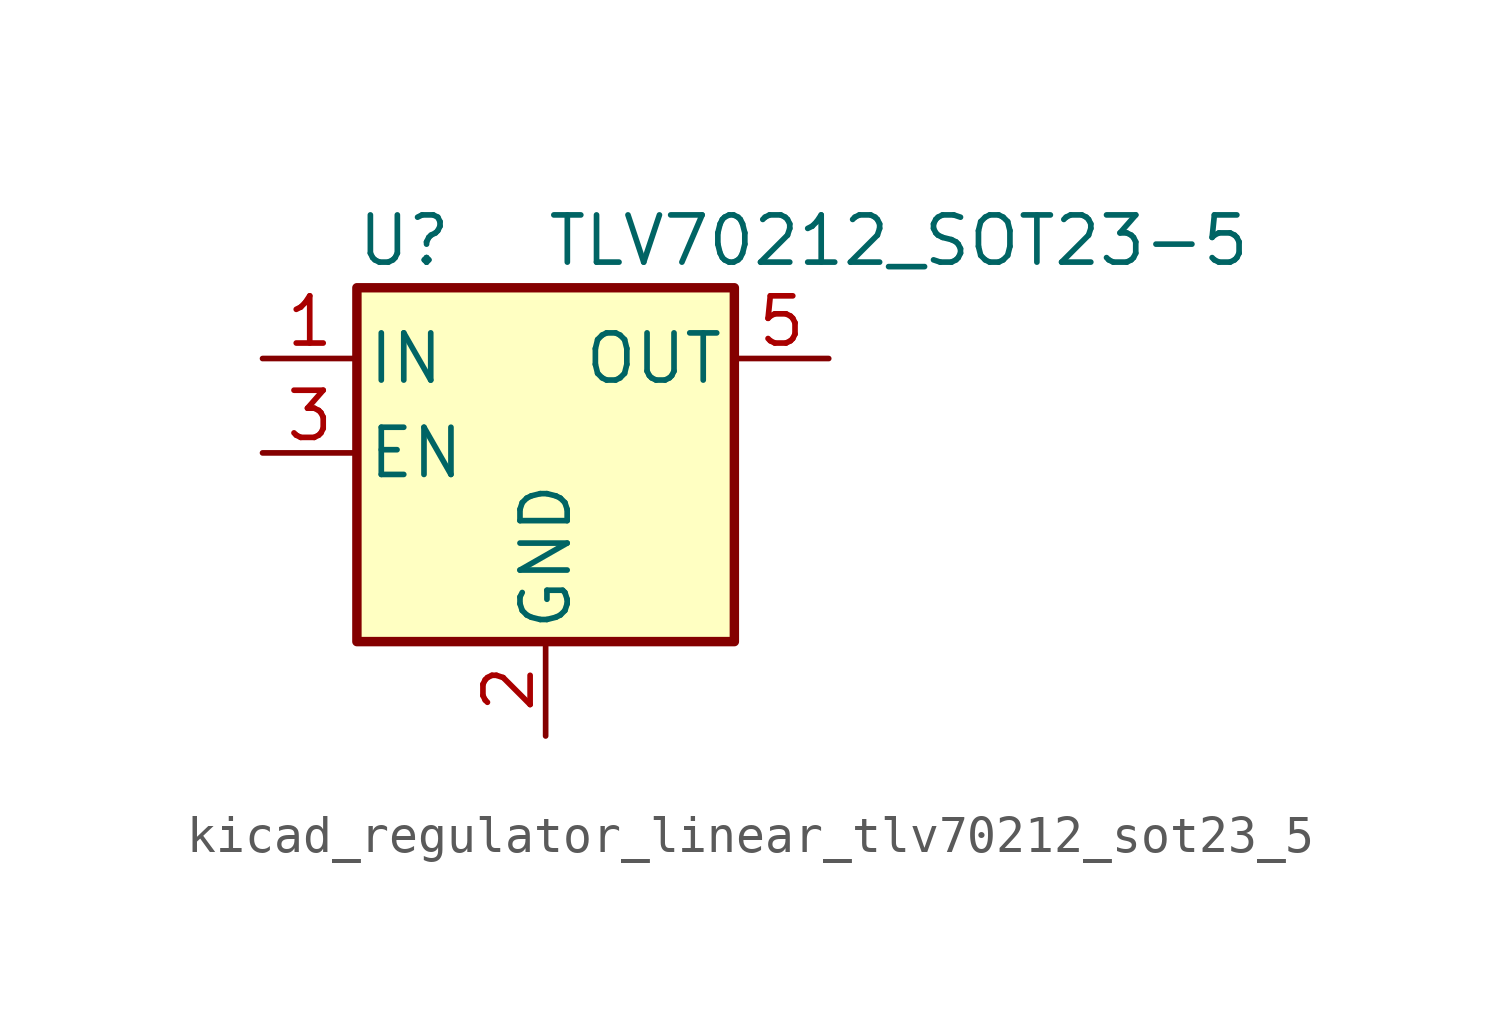
<source format=kicad_sym>
(kicad_symbol_lib
  (version 20220914)
  (generator kicad_symbol_editor)
  (symbol "kicad_regulator_linear_tlv70212_sot23_5"
    (pin_names
      (offset 0.254))
    (property "Reference" "U"
      (at -3.81 5.715 0)
      (effects (font (size 1.27 1.27))))
    (property "Value" "TLV70212_SOT23-5"
      (at 0 5.715 0)
      (effects (font (size 1.27 1.27)) (justify left)))
    (symbol "kicad_regulator_linear_tlv70212_sot23_5_0_1"
      (rectangle (start -5.08 4.445) (end 5.08 -5.08) (stroke (width 0.254) (type default)) (fill (type background))))
    (symbol "kicad_regulator_linear_tlv70212_sot23_5_1_1"
      (pin power_in line (at -7.62 2.54 0) (length 2.54) (name "IN" (effects (font (size 1.27 1.27)))) (number "1" (effects (font (size 1.27 1.27)))))
      (pin power_in line (at 0 -7.62 90) (length 2.54) (name "GND" (effects (font (size 1.27 1.27)))) (number "2" (effects (font (size 1.27 1.27)))))
      (pin input line (at -7.62 0 0) (length 2.54) (name "EN" (effects (font (size 1.27 1.27)))) (number "3" (effects (font (size 1.27 1.27)))))
      (pin no_connect line (at 5.08 0 180) (length 2.54) hide (name "NC" (effects (font (size 1.27 1.27)))) (number "4" (effects (font (size 1.27 1.27)))))
      (pin power_out line (at 7.62 2.54 180) (length 2.54) (name "OUT" (effects (font (size 1.27 1.27)))) (number "5" (effects (font (size 1.27 1.27))))))))
</source>
